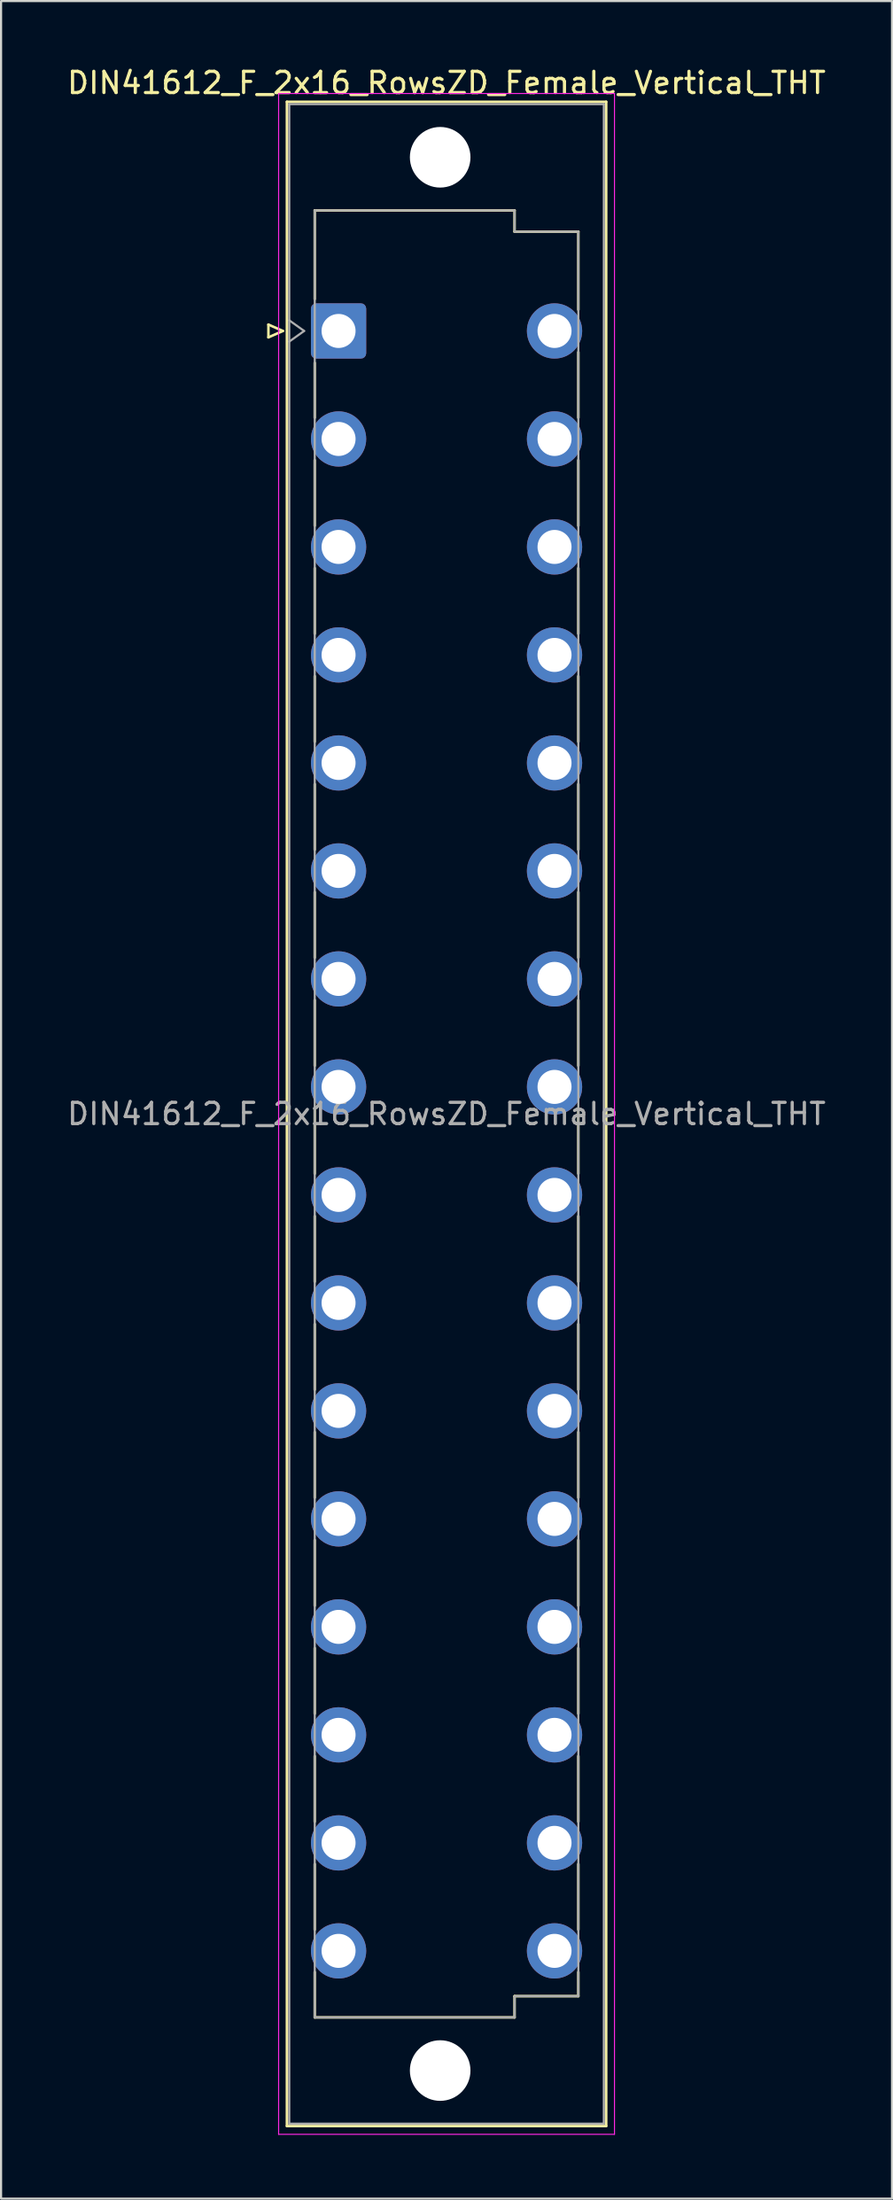
<source format=kicad_pcb>
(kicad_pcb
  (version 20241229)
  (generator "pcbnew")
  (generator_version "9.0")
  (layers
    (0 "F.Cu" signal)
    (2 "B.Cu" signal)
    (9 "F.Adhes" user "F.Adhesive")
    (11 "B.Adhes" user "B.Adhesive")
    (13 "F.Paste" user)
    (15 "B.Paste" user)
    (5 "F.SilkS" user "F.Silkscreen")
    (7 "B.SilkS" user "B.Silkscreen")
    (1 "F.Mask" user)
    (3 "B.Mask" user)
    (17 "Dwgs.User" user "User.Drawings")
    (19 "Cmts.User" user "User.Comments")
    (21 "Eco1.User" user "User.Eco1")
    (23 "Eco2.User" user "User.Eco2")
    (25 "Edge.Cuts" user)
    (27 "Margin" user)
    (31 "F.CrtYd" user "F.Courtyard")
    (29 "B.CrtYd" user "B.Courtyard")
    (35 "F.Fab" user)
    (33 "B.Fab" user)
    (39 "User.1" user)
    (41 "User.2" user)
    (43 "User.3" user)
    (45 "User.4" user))
  (footprint "DIN41612_F_2x16_RowsZD_Female_Vertical_THT"
    (layer "F.Cu")
    (at 15.418 9.978)
    (property "Reference" "DIN41612_F_2x16_RowsZD_Female_Vertical_THT" (at 2.54 -9.13 0) (layer "F.SilkS") (effects (font (size 1 1) (thickness 0.15))))
    (attr through_hole)
    (fp_line (start -5.84 2.24) (end -5.84 2.84) (stroke (width 0.12) (type solid)) (layer "F.SilkS"))
    (fp_line (start -5.84 2.84) (end -5.16 2.54) (stroke (width 0.12) (type solid)) (layer "F.SilkS"))
    (fp_line (start -5.16 2.54) (end -5.84 2.24) (stroke (width 0.12) (type solid)) (layer "F.SilkS"))
    (fp_line (start -4.97 -8.24) (end 10.05 -8.24) (stroke (width 0.12) (type solid)) (layer "F.SilkS"))
    (fp_line (start -4.97 86.98) (end -4.97 -8.24) (stroke (width 0.12) (type solid)) (layer "F.SilkS"))
    (fp_line (start -3.66 -3.13) (end 5.74 -3.13) (stroke (width 0.12) (type solid)) (layer "F.SilkS"))
    (fp_line (start -3.66 1.04) (end -3.66 -3.13) (stroke (width 0.12) (type solid)) (layer "F.SilkS"))
    (fp_line (start -3.66 6.622) (end -3.66 4.04) (stroke (width 0.12) (type solid)) (layer "F.SilkS"))
    (fp_line (start -3.66 11.702) (end -3.66 8.618) (stroke (width 0.12) (type solid)) (layer "F.SilkS"))
    (fp_line (start -3.66 16.782) (end -3.66 13.698) (stroke (width 0.12) (type solid)) (layer "F.SilkS"))
    (fp_line (start -3.66 21.862) (end -3.66 18.778) (stroke (width 0.12) (type solid)) (layer "F.SilkS"))
    (fp_line (start -3.66 26.942) (end -3.66 23.858) (stroke (width 0.12) (type solid)) (layer "F.SilkS"))
    (fp_line (start -3.66 32.022) (end -3.66 28.938) (stroke (width 0.12) (type solid)) (layer "F.SilkS"))
    (fp_line (start -3.66 37.102) (end -3.66 34.018) (stroke (width 0.12) (type solid)) (layer "F.SilkS"))
    (fp_line (start -3.66 42.182) (end -3.66 39.098) (stroke (width 0.12) (type solid)) (layer "F.SilkS"))
    (fp_line (start -3.66 47.262) (end -3.66 44.178) (stroke (width 0.12) (type solid)) (layer "F.SilkS"))
    (fp_line (start -3.66 52.342) (end -3.66 49.258) (stroke (width 0.12) (type solid)) (layer "F.SilkS"))
    (fp_line (start -3.66 57.422) (end -3.66 54.338) (stroke (width 0.12) (type solid)) (layer "F.SilkS"))
    (fp_line (start -3.66 62.502) (end -3.66 59.418) (stroke (width 0.12) (type solid)) (layer "F.SilkS"))
    (fp_line (start -3.66 67.582) (end -3.66 64.498) (stroke (width 0.12) (type solid)) (layer "F.SilkS"))
    (fp_line (start -3.66 72.662) (end -3.66 69.578) (stroke (width 0.12) (type solid)) (layer "F.SilkS"))
    (fp_line (start -3.66 77.742) (end -3.66 74.658) (stroke (width 0.12) (type solid)) (layer "F.SilkS"))
    (fp_line (start -3.66 81.87) (end -3.66 79.738) (stroke (width 0.12) (type solid)) (layer "F.SilkS"))
    (fp_line (start 5.74 -3.13) (end 5.74 -2.13) (stroke (width 0.12) (type solid)) (layer "F.SilkS"))
    (fp_line (start 5.74 -2.13) (end 8.74 -2.13) (stroke (width 0.12) (type solid)) (layer "F.SilkS"))
    (fp_line (start 5.74 80.87) (end 5.74 81.87) (stroke (width 0.12) (type solid)) (layer "F.SilkS"))
    (fp_line (start 5.74 81.87) (end -3.66 81.87) (stroke (width 0.12) (type solid)) (layer "F.SilkS"))
    (fp_line (start 8.74 -2.13) (end 8.74 1.542) (stroke (width 0.12) (type solid)) (layer "F.SilkS"))
    (fp_line (start 8.74 3.538) (end 8.74 6.622) (stroke (width 0.12) (type solid)) (layer "F.SilkS"))
    (fp_line (start 8.74 8.618) (end 8.74 11.702) (stroke (width 0.12) (type solid)) (layer "F.SilkS"))
    (fp_line (start 8.74 13.698) (end 8.74 16.782) (stroke (width 0.12) (type solid)) (layer "F.SilkS"))
    (fp_line (start 8.74 18.778) (end 8.74 21.862) (stroke (width 0.12) (type solid)) (layer "F.SilkS"))
    (fp_line (start 8.74 23.858) (end 8.74 26.942) (stroke (width 0.12) (type solid)) (layer "F.SilkS"))
    (fp_line (start 8.74 28.938) (end 8.74 32.022) (stroke (width 0.12) (type solid)) (layer "F.SilkS"))
    (fp_line (start 8.74 34.018) (end 8.74 37.102) (stroke (width 0.12) (type solid)) (layer "F.SilkS"))
    (fp_line (start 8.74 39.098) (end 8.74 42.182) (stroke (width 0.12) (type solid)) (layer "F.SilkS"))
    (fp_line (start 8.74 44.178) (end 8.74 47.262) (stroke (width 0.12) (type solid)) (layer "F.SilkS"))
    (fp_line (start 8.74 49.258) (end 8.74 52.342) (stroke (width 0.12) (type solid)) (layer "F.SilkS"))
    (fp_line (start 8.74 54.338) (end 8.74 57.422) (stroke (width 0.12) (type solid)) (layer "F.SilkS"))
    (fp_line (start 8.74 59.418) (end 8.74 62.502) (stroke (width 0.12) (type solid)) (layer "F.SilkS"))
    (fp_line (start 8.74 64.498) (end 8.74 67.582) (stroke (width 0.12) (type solid)) (layer "F.SilkS"))
    (fp_line (start 8.74 69.578) (end 8.74 72.662) (stroke (width 0.12) (type solid)) (layer "F.SilkS"))
    (fp_line (start 8.74 74.658) (end 8.74 77.742) (stroke (width 0.12) (type solid)) (layer "F.SilkS"))
    (fp_line (start 8.74 79.738) (end 8.74 80.87) (stroke (width 0.12) (type solid)) (layer "F.SilkS"))
    (fp_line (start 8.74 80.87) (end 5.74 80.87) (stroke (width 0.12) (type solid)) (layer "F.SilkS"))
    (fp_line (start 10.05 -8.24) (end 10.05 86.98) (stroke (width 0.12) (type solid)) (layer "F.SilkS"))
    (fp_line (start 10.05 86.98) (end -4.97 86.98) (stroke (width 0.12) (type solid)) (layer "F.SilkS"))
    (fp_line (start -5.36 -8.63) (end 10.44 -8.63) (stroke (width 0.05) (type solid)) (layer "F.CrtYd"))
    (fp_line (start -5.36 87.37) (end -5.36 -8.63) (stroke (width 0.05) (type solid)) (layer "F.CrtYd"))
    (fp_line (start 10.44 -8.63) (end 10.44 87.37) (stroke (width 0.05) (type solid)) (layer "F.CrtYd"))
    (fp_line (start 10.44 87.37) (end -5.36 87.37) (stroke (width 0.05) (type solid)) (layer "F.CrtYd"))
    (fp_line (start -4.86 -8.13) (end 9.94 -8.13) (stroke (width 0.1) (type solid)) (layer "F.Fab"))
    (fp_line (start -4.86 2.04) (end -4.16 2.54) (stroke (width 0.1) (type solid)) (layer "F.Fab"))
    (fp_line (start -4.86 86.87) (end -4.86 -8.13) (stroke (width 0.1) (type solid)) (layer "F.Fab"))
    (fp_line (start -4.16 2.54) (end -4.86 3.04) (stroke (width 0.1) (type solid)) (layer "F.Fab"))
    (fp_line (start -3.66 -3.13) (end 5.74 -3.13) (stroke (width 0.1) (type solid)) (layer "F.Fab"))
    (fp_line (start -3.66 81.87) (end -3.66 -3.13) (stroke (width 0.1) (type solid)) (layer "F.Fab"))
    (fp_line (start 5.74 -3.13) (end 5.74 -2.13) (stroke (width 0.1) (type solid)) (layer "F.Fab"))
    (fp_line (start 5.74 -2.13) (end 8.74 -2.13) (stroke (width 0.1) (type solid)) (layer "F.Fab"))
    (fp_line (start 5.74 80.87) (end 5.74 81.87) (stroke (width 0.1) (type solid)) (layer "F.Fab"))
    (fp_line (start 5.74 81.87) (end -3.66 81.87) (stroke (width 0.1) (type solid)) (layer "F.Fab"))
    (fp_line (start 8.74 -2.13) (end 8.74 80.87) (stroke (width 0.1) (type solid)) (layer "F.Fab"))
    (fp_line (start 8.74 80.87) (end 5.74 80.87) (stroke (width 0.1) (type solid)) (layer "F.Fab"))
    (fp_line (start 9.94 -8.13) (end 9.94 86.87) (stroke (width 0.1) (type solid)) (layer "F.Fab"))
    (fp_line (start 9.94 86.87) (end -4.86 86.87) (stroke (width 0.1) (type solid)) (layer "F.Fab"))
    (fp_text user "${REFERENCE}" (at 2.54 39.37 0) (layer "F.Fab") (effects (font (size 1 1) (thickness 0.15))))
    (pad "" np_thru_hole circle (at 2.24 -5.63) (size 2.85 2.85) (drill 2.85) (layers "*.Cu" "*.Mask"))
    (pad "" np_thru_hole circle (at 2.24 84.37) (size 2.85 2.85) (drill 2.85) (layers "*.Cu" "*.Mask"))
    (pad "d2" thru_hole circle (at 7.62 2.54) (size 2.6 2.6) (drill 1.6) (layers "*.Cu" "*.Mask"))
    (pad "d4" thru_hole circle (at 7.62 7.62) (size 2.6 2.6) (drill 1.6) (layers "*.Cu" "*.Mask"))
    (pad "d6" thru_hole circle (at 7.62 12.7) (size 2.6 2.6) (drill 1.6) (layers "*.Cu" "*.Mask"))
    (pad "d8" thru_hole circle (at 7.62 17.78) (size 2.6 2.6) (drill 1.6) (layers "*.Cu" "*.Mask"))
    (pad "d10" thru_hole circle (at 7.62 22.86) (size 2.6 2.6) (drill 1.6) (layers "*.Cu" "*.Mask"))
    (pad "d12" thru_hole circle (at 7.62 27.94) (size 2.6 2.6) (drill 1.6) (layers "*.Cu" "*.Mask"))
    (pad "d14" thru_hole circle (at 7.62 33.02) (size 2.6 2.6) (drill 1.6) (layers "*.Cu" "*.Mask"))
    (pad "d16" thru_hole circle (at 7.62 38.1) (size 2.6 2.6) (drill 1.6) (layers "*.Cu" "*.Mask"))
    (pad "d18" thru_hole circle (at 7.62 43.18) (size 2.6 2.6) (drill 1.6) (layers "*.Cu" "*.Mask"))
    (pad "d20" thru_hole circle (at 7.62 48.26) (size 2.6 2.6) (drill 1.6) (layers "*.Cu" "*.Mask"))
    (pad "d22" thru_hole circle (at 7.62 53.34) (size 2.6 2.6) (drill 1.6) (layers "*.Cu" "*.Mask"))
    (pad "d24" thru_hole circle (at 7.62 58.42) (size 2.6 2.6) (drill 1.6) (layers "*.Cu" "*.Mask"))
    (pad "d26" thru_hole circle (at 7.62 63.5) (size 2.6 2.6) (drill 1.6) (layers "*.Cu" "*.Mask"))
    (pad "d28" thru_hole circle (at 7.62 68.58) (size 2.6 2.6) (drill 1.6) (layers "*.Cu" "*.Mask"))
    (pad "d30" thru_hole circle (at 7.62 73.66) (size 2.6 2.6) (drill 1.6) (layers "*.Cu" "*.Mask"))
    (pad "d32" thru_hole circle (at 7.62 78.74) (size 2.6 2.6) (drill 1.6) (layers "*.Cu" "*.Mask"))
    (pad "z2" thru_hole roundrect (at -2.54 2.54) (size 2.6 2.6) (drill 1.6) (layers "*.Cu" "*.Mask") (roundrect_rratio 0.096))
    (pad "z4" thru_hole circle (at -2.54 7.62) (size 2.6 2.6) (drill 1.6) (layers "*.Cu" "*.Mask"))
    (pad "z6" thru_hole circle (at -2.54 12.7) (size 2.6 2.6) (drill 1.6) (layers "*.Cu" "*.Mask"))
    (pad "z8" thru_hole circle (at -2.54 17.78) (size 2.6 2.6) (drill 1.6) (layers "*.Cu" "*.Mask"))
    (pad "z10" thru_hole circle (at -2.54 22.86) (size 2.6 2.6) (drill 1.6) (layers "*.Cu" "*.Mask"))
    (pad "z12" thru_hole circle (at -2.54 27.94) (size 2.6 2.6) (drill 1.6) (layers "*.Cu" "*.Mask"))
    (pad "z14" thru_hole circle (at -2.54 33.02) (size 2.6 2.6) (drill 1.6) (layers "*.Cu" "*.Mask"))
    (pad "z16" thru_hole circle (at -2.54 38.1) (size 2.6 2.6) (drill 1.6) (layers "*.Cu" "*.Mask"))
    (pad "z18" thru_hole circle (at -2.54 43.18) (size 2.6 2.6) (drill 1.6) (layers "*.Cu" "*.Mask"))
    (pad "z20" thru_hole circle (at -2.54 48.26) (size 2.6 2.6) (drill 1.6) (layers "*.Cu" "*.Mask"))
    (pad "z22" thru_hole circle (at -2.54 53.34) (size 2.6 2.6) (drill 1.6) (layers "*.Cu" "*.Mask"))
    (pad "z24" thru_hole circle (at -2.54 58.42) (size 2.6 2.6) (drill 1.6) (layers "*.Cu" "*.Mask"))
    (pad "z26" thru_hole circle (at -2.54 63.5) (size 2.6 2.6) (drill 1.6) (layers "*.Cu" "*.Mask"))
    (pad "z28" thru_hole circle (at -2.54 68.58) (size 2.6 2.6) (drill 1.6) (layers "*.Cu" "*.Mask"))
    (pad "z30" thru_hole circle (at -2.54 73.66) (size 2.6 2.6) (drill 1.6) (layers "*.Cu" "*.Mask"))
    (pad "z32" thru_hole circle (at -2.54 78.74) (size 2.6 2.6) (drill 1.6) (layers "*.Cu" "*.Mask")))
  (gr_rect
    (start -3 -3)
    (end 38.917 100.373)
    (stroke (width 0.1) (type default))
    (fill no)
    (layer "Edge.Cuts")))
</source>
